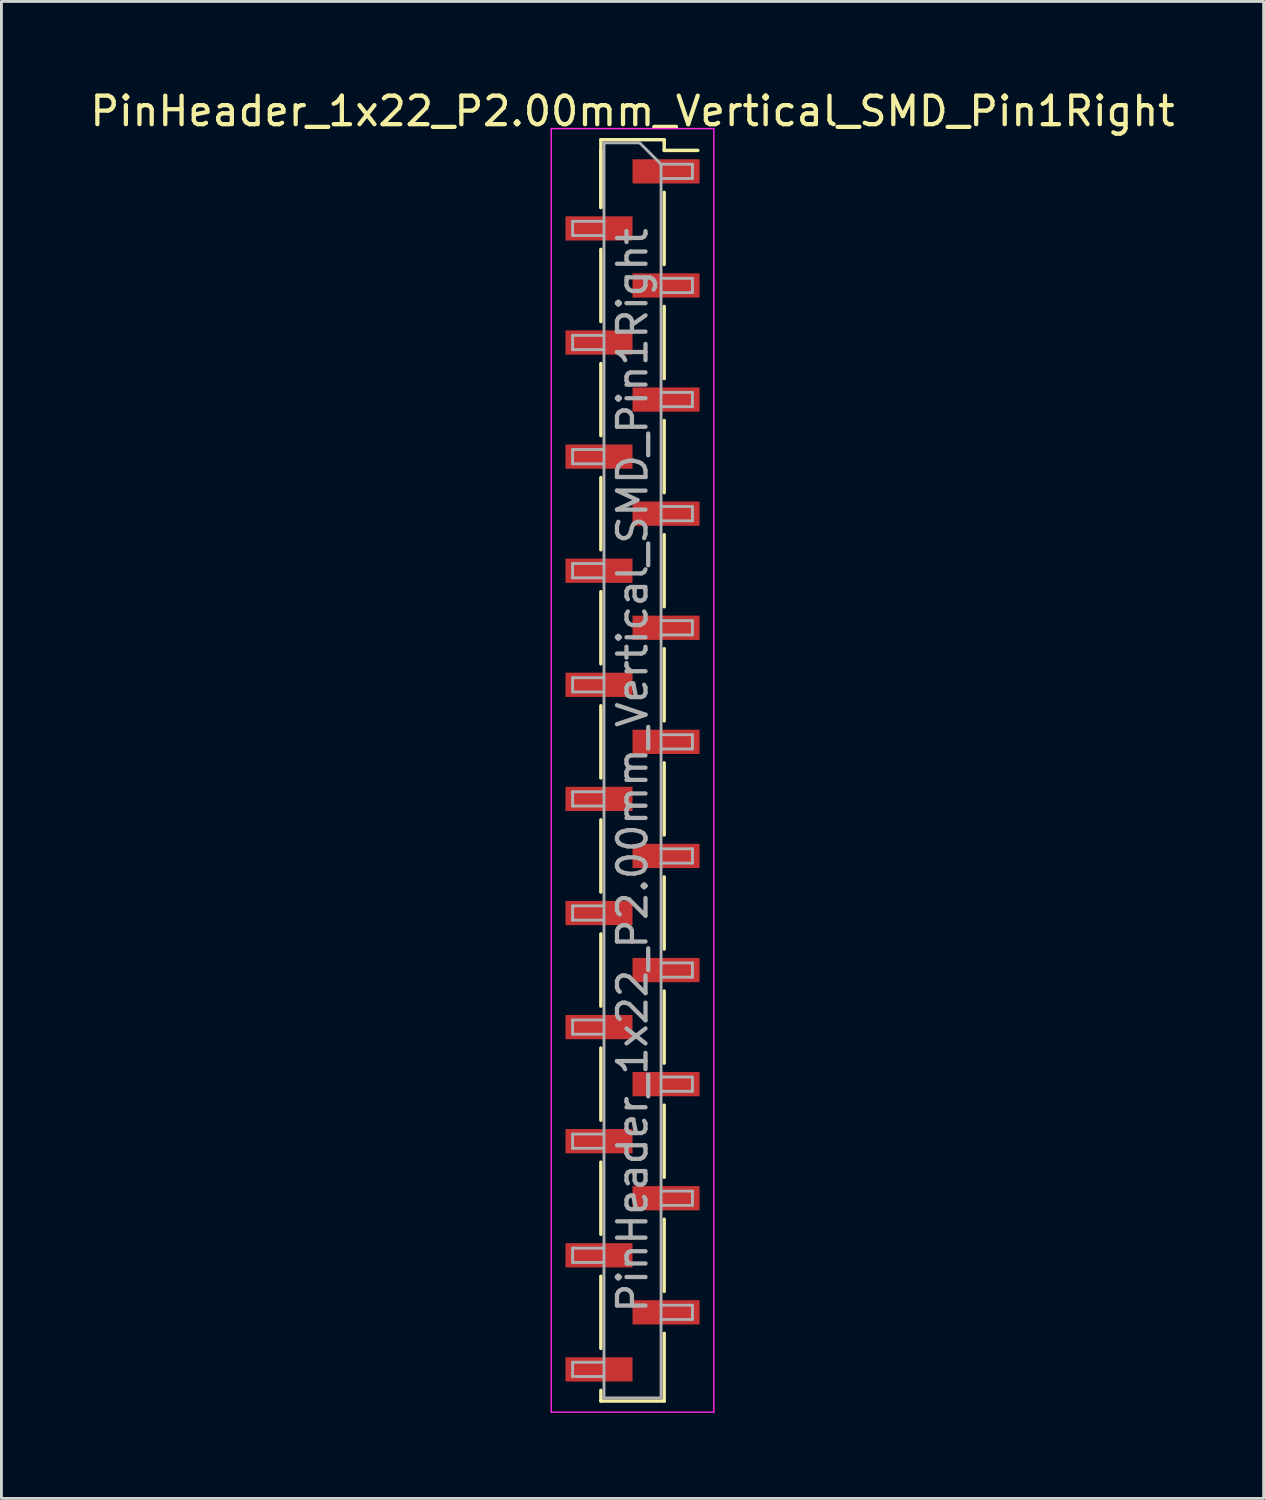
<source format=kicad_pcb>
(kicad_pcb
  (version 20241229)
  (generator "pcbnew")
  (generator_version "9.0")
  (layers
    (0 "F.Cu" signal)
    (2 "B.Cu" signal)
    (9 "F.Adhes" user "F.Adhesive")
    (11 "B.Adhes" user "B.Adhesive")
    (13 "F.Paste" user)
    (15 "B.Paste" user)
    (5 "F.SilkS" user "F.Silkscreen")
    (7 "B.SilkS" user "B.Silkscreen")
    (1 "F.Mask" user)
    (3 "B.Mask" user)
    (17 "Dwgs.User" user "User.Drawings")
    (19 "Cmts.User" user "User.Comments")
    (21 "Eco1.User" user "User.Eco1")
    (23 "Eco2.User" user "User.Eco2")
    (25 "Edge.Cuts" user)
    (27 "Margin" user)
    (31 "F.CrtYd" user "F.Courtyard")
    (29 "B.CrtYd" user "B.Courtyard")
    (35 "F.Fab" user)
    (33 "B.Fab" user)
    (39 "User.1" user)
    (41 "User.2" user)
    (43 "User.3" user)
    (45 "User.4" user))
  (footprint "PinHeader_1x22_P2.00mm_Vertical_SMD_Pin1Right"
    (layer "F.Cu")
    (at 19.125 23.958)
    (property "Reference" "PinHeader_1x22_P2.00mm_Vertical_SMD_Pin1Right" (at 0 -23.11 0) (layer "F.SilkS") (effects (font (size 1 1) (thickness 0.15))))
    (attr smd)
    (fp_line (start -1.11 -22.11) (end -1.11 -19.735) (stroke (width 0.12) (type solid)) (layer "F.SilkS"))
    (fp_line (start -1.11 -22.11) (end 1.11 -22.11) (stroke (width 0.12) (type solid)) (layer "F.SilkS"))
    (fp_line (start -1.11 -21.735) (end -1.11 -19.735) (stroke (width 0.12) (type solid)) (layer "F.SilkS"))
    (fp_line (start -1.11 -18.265) (end -1.11 -15.735) (stroke (width 0.12) (type solid)) (layer "F.SilkS"))
    (fp_line (start -1.11 -14.265) (end -1.11 -11.735) (stroke (width 0.12) (type solid)) (layer "F.SilkS"))
    (fp_line (start -1.11 -10.265) (end -1.11 -7.735) (stroke (width 0.12) (type solid)) (layer "F.SilkS"))
    (fp_line (start -1.11 -6.265) (end -1.11 -3.735) (stroke (width 0.12) (type solid)) (layer "F.SilkS"))
    (fp_line (start -1.11 -2.265) (end -1.11 0.265) (stroke (width 0.12) (type solid)) (layer "F.SilkS"))
    (fp_line (start -1.11 1.735) (end -1.11 4.265) (stroke (width 0.12) (type solid)) (layer "F.SilkS"))
    (fp_line (start -1.11 5.735) (end -1.11 8.265) (stroke (width 0.12) (type solid)) (layer "F.SilkS"))
    (fp_line (start -1.11 9.735) (end -1.11 12.265) (stroke (width 0.12) (type solid)) (layer "F.SilkS"))
    (fp_line (start -1.11 13.735) (end -1.11 16.265) (stroke (width 0.12) (type solid)) (layer "F.SilkS"))
    (fp_line (start -1.11 17.735) (end -1.11 20.265) (stroke (width 0.12) (type solid)) (layer "F.SilkS"))
    (fp_line (start -1.11 21.735) (end -1.11 22.11) (stroke (width 0.12) (type solid)) (layer "F.SilkS"))
    (fp_line (start -1.11 22.11) (end 1.11 22.11) (stroke (width 0.12) (type solid)) (layer "F.SilkS"))
    (fp_line (start 1.11 -22.11) (end 1.11 -21.735) (stroke (width 0.12) (type solid)) (layer "F.SilkS"))
    (fp_line (start 1.11 -21.735) (end 2.29 -21.735) (stroke (width 0.12) (type solid)) (layer "F.SilkS"))
    (fp_line (start 1.11 -20.265) (end 1.11 -17.735) (stroke (width 0.12) (type solid)) (layer "F.SilkS"))
    (fp_line (start 1.11 -16.265) (end 1.11 -13.735) (stroke (width 0.12) (type solid)) (layer "F.SilkS"))
    (fp_line (start 1.11 -12.265) (end 1.11 -9.735) (stroke (width 0.12) (type solid)) (layer "F.SilkS"))
    (fp_line (start 1.11 -8.265) (end 1.11 -5.735) (stroke (width 0.12) (type solid)) (layer "F.SilkS"))
    (fp_line (start 1.11 -4.265) (end 1.11 -1.735) (stroke (width 0.12) (type solid)) (layer "F.SilkS"))
    (fp_line (start 1.11 -0.265) (end 1.11 2.265) (stroke (width 0.12) (type solid)) (layer "F.SilkS"))
    (fp_line (start 1.11 3.735) (end 1.11 6.265) (stroke (width 0.12) (type solid)) (layer "F.SilkS"))
    (fp_line (start 1.11 7.735) (end 1.11 10.265) (stroke (width 0.12) (type solid)) (layer "F.SilkS"))
    (fp_line (start 1.11 11.735) (end 1.11 14.265) (stroke (width 0.12) (type solid)) (layer "F.SilkS"))
    (fp_line (start 1.11 15.735) (end 1.11 18.265) (stroke (width 0.12) (type solid)) (layer "F.SilkS"))
    (fp_line (start 1.11 19.735) (end 1.11 22.11) (stroke (width 0.12) (type solid)) (layer "F.SilkS"))
    (fp_line (start -2.85 -22.5) (end -2.85 22.5) (stroke (width 0.05) (type solid)) (layer "F.CrtYd"))
    (fp_line (start -2.85 22.5) (end 2.85 22.5) (stroke (width 0.05) (type solid)) (layer "F.CrtYd"))
    (fp_line (start 2.85 -22.5) (end -2.85 -22.5) (stroke (width 0.05) (type solid)) (layer "F.CrtYd"))
    (fp_line (start 2.85 22.5) (end 2.85 -22.5) (stroke (width 0.05) (type solid)) (layer "F.CrtYd"))
    (fp_line (start -2.1 -19.25) (end -2.1 -18.75) (stroke (width 0.1) (type solid)) (layer "F.Fab"))
    (fp_line (start -2.1 -18.75) (end -1 -18.75) (stroke (width 0.1) (type solid)) (layer "F.Fab"))
    (fp_line (start -2.1 -15.25) (end -2.1 -14.75) (stroke (width 0.1) (type solid)) (layer "F.Fab"))
    (fp_line (start -2.1 -14.75) (end -1 -14.75) (stroke (width 0.1) (type solid)) (layer "F.Fab"))
    (fp_line (start -2.1 -11.25) (end -2.1 -10.75) (stroke (width 0.1) (type solid)) (layer "F.Fab"))
    (fp_line (start -2.1 -10.75) (end -1 -10.75) (stroke (width 0.1) (type solid)) (layer "F.Fab"))
    (fp_line (start -2.1 -7.25) (end -2.1 -6.75) (stroke (width 0.1) (type solid)) (layer "F.Fab"))
    (fp_line (start -2.1 -6.75) (end -1 -6.75) (stroke (width 0.1) (type solid)) (layer "F.Fab"))
    (fp_line (start -2.1 -3.25) (end -2.1 -2.75) (stroke (width 0.1) (type solid)) (layer "F.Fab"))
    (fp_line (start -2.1 -2.75) (end -1 -2.75) (stroke (width 0.1) (type solid)) (layer "F.Fab"))
    (fp_line (start -2.1 0.75) (end -2.1 1.25) (stroke (width 0.1) (type solid)) (layer "F.Fab"))
    (fp_line (start -2.1 1.25) (end -1 1.25) (stroke (width 0.1) (type solid)) (layer "F.Fab"))
    (fp_line (start -2.1 4.75) (end -2.1 5.25) (stroke (width 0.1) (type solid)) (layer "F.Fab"))
    (fp_line (start -2.1 5.25) (end -1 5.25) (stroke (width 0.1) (type solid)) (layer "F.Fab"))
    (fp_line (start -2.1 8.75) (end -2.1 9.25) (stroke (width 0.1) (type solid)) (layer "F.Fab"))
    (fp_line (start -2.1 9.25) (end -1 9.25) (stroke (width 0.1) (type solid)) (layer "F.Fab"))
    (fp_line (start -2.1 12.75) (end -2.1 13.25) (stroke (width 0.1) (type solid)) (layer "F.Fab"))
    (fp_line (start -2.1 13.25) (end -1 13.25) (stroke (width 0.1) (type solid)) (layer "F.Fab"))
    (fp_line (start -2.1 16.75) (end -2.1 17.25) (stroke (width 0.1) (type solid)) (layer "F.Fab"))
    (fp_line (start -2.1 17.25) (end -1 17.25) (stroke (width 0.1) (type solid)) (layer "F.Fab"))
    (fp_line (start -2.1 20.75) (end -2.1 21.25) (stroke (width 0.1) (type solid)) (layer "F.Fab"))
    (fp_line (start -2.1 21.25) (end -1 21.25) (stroke (width 0.1) (type solid)) (layer "F.Fab"))
    (fp_line (start -1 -22) (end -1 22) (stroke (width 0.1) (type solid)) (layer "F.Fab"))
    (fp_line (start -1 -22) (end 0.25 -22) (stroke (width 0.1) (type solid)) (layer "F.Fab"))
    (fp_line (start -1 -19.25) (end -2.1 -19.25) (stroke (width 0.1) (type solid)) (layer "F.Fab"))
    (fp_line (start -1 -15.25) (end -2.1 -15.25) (stroke (width 0.1) (type solid)) (layer "F.Fab"))
    (fp_line (start -1 -11.25) (end -2.1 -11.25) (stroke (width 0.1) (type solid)) (layer "F.Fab"))
    (fp_line (start -1 -7.25) (end -2.1 -7.25) (stroke (width 0.1) (type solid)) (layer "F.Fab"))
    (fp_line (start -1 -3.25) (end -2.1 -3.25) (stroke (width 0.1) (type solid)) (layer "F.Fab"))
    (fp_line (start -1 0.75) (end -2.1 0.75) (stroke (width 0.1) (type solid)) (layer "F.Fab"))
    (fp_line (start -1 4.75) (end -2.1 4.75) (stroke (width 0.1) (type solid)) (layer "F.Fab"))
    (fp_line (start -1 8.75) (end -2.1 8.75) (stroke (width 0.1) (type solid)) (layer "F.Fab"))
    (fp_line (start -1 12.75) (end -2.1 12.75) (stroke (width 0.1) (type solid)) (layer "F.Fab"))
    (fp_line (start -1 16.75) (end -2.1 16.75) (stroke (width 0.1) (type solid)) (layer "F.Fab"))
    (fp_line (start -1 20.75) (end -2.1 20.75) (stroke (width 0.1) (type solid)) (layer "F.Fab"))
    (fp_line (start 1 -21.25) (end 0.25 -22) (stroke (width 0.1) (type solid)) (layer "F.Fab"))
    (fp_line (start 1 -21.25) (end 2.1 -21.25) (stroke (width 0.1) (type solid)) (layer "F.Fab"))
    (fp_line (start 1 -17.25) (end 2.1 -17.25) (stroke (width 0.1) (type solid)) (layer "F.Fab"))
    (fp_line (start 1 -13.25) (end 2.1 -13.25) (stroke (width 0.1) (type solid)) (layer "F.Fab"))
    (fp_line (start 1 -9.25) (end 2.1 -9.25) (stroke (width 0.1) (type solid)) (layer "F.Fab"))
    (fp_line (start 1 -5.25) (end 2.1 -5.25) (stroke (width 0.1) (type solid)) (layer "F.Fab"))
    (fp_line (start 1 -1.25) (end 2.1 -1.25) (stroke (width 0.1) (type solid)) (layer "F.Fab"))
    (fp_line (start 1 2.75) (end 2.1 2.75) (stroke (width 0.1) (type solid)) (layer "F.Fab"))
    (fp_line (start 1 6.75) (end 2.1 6.75) (stroke (width 0.1) (type solid)) (layer "F.Fab"))
    (fp_line (start 1 10.75) (end 2.1 10.75) (stroke (width 0.1) (type solid)) (layer "F.Fab"))
    (fp_line (start 1 14.75) (end 2.1 14.75) (stroke (width 0.1) (type solid)) (layer "F.Fab"))
    (fp_line (start 1 18.75) (end 2.1 18.75) (stroke (width 0.1) (type solid)) (layer "F.Fab"))
    (fp_line (start 1 22) (end -1 22) (stroke (width 0.1) (type solid)) (layer "F.Fab"))
    (fp_line (start 1 22) (end 1 -21.25) (stroke (width 0.1) (type solid)) (layer "F.Fab"))
    (fp_line (start 2.1 -21.25) (end 2.1 -20.75) (stroke (width 0.1) (type solid)) (layer "F.Fab"))
    (fp_line (start 2.1 -20.75) (end 1 -20.75) (stroke (width 0.1) (type solid)) (layer "F.Fab"))
    (fp_line (start 2.1 -17.25) (end 2.1 -16.75) (stroke (width 0.1) (type solid)) (layer "F.Fab"))
    (fp_line (start 2.1 -16.75) (end 1 -16.75) (stroke (width 0.1) (type solid)) (layer "F.Fab"))
    (fp_line (start 2.1 -13.25) (end 2.1 -12.75) (stroke (width 0.1) (type solid)) (layer "F.Fab"))
    (fp_line (start 2.1 -12.75) (end 1 -12.75) (stroke (width 0.1) (type solid)) (layer "F.Fab"))
    (fp_line (start 2.1 -9.25) (end 2.1 -8.75) (stroke (width 0.1) (type solid)) (layer "F.Fab"))
    (fp_line (start 2.1 -8.75) (end 1 -8.75) (stroke (width 0.1) (type solid)) (layer "F.Fab"))
    (fp_line (start 2.1 -5.25) (end 2.1 -4.75) (stroke (width 0.1) (type solid)) (layer "F.Fab"))
    (fp_line (start 2.1 -4.75) (end 1 -4.75) (stroke (width 0.1) (type solid)) (layer "F.Fab"))
    (fp_line (start 2.1 -1.25) (end 2.1 -0.75) (stroke (width 0.1) (type solid)) (layer "F.Fab"))
    (fp_line (start 2.1 -0.75) (end 1 -0.75) (stroke (width 0.1) (type solid)) (layer "F.Fab"))
    (fp_line (start 2.1 2.75) (end 2.1 3.25) (stroke (width 0.1) (type solid)) (layer "F.Fab"))
    (fp_line (start 2.1 3.25) (end 1 3.25) (stroke (width 0.1) (type solid)) (layer "F.Fab"))
    (fp_line (start 2.1 6.75) (end 2.1 7.25) (stroke (width 0.1) (type solid)) (layer "F.Fab"))
    (fp_line (start 2.1 7.25) (end 1 7.25) (stroke (width 0.1) (type solid)) (layer "F.Fab"))
    (fp_line (start 2.1 10.75) (end 2.1 11.25) (stroke (width 0.1) (type solid)) (layer "F.Fab"))
    (fp_line (start 2.1 11.25) (end 1 11.25) (stroke (width 0.1) (type solid)) (layer "F.Fab"))
    (fp_line (start 2.1 14.75) (end 2.1 15.25) (stroke (width 0.1) (type solid)) (layer "F.Fab"))
    (fp_line (start 2.1 15.25) (end 1 15.25) (stroke (width 0.1) (type solid)) (layer "F.Fab"))
    (fp_line (start 2.1 18.75) (end 2.1 19.25) (stroke (width 0.1) (type solid)) (layer "F.Fab"))
    (fp_line (start 2.1 19.25) (end 1 19.25) (stroke (width 0.1) (type solid)) (layer "F.Fab"))
    (fp_text user "${REFERENCE}" (at 0 0 90) (layer "F.Fab") (effects (font (size 1 1) (thickness 0.15))))
    (pad "1" smd rect (at 1.175 -21) (size 2.35 0.85) (layers "F.Cu" "F.Mask" "F.Paste"))
    (pad "2" smd rect (at -1.175 -19) (size 2.35 0.85) (layers "F.Cu" "F.Mask" "F.Paste"))
    (pad "3" smd rect (at 1.175 -17) (size 2.35 0.85) (layers "F.Cu" "F.Mask" "F.Paste"))
    (pad "4" smd rect (at -1.175 -15) (size 2.35 0.85) (layers "F.Cu" "F.Mask" "F.Paste"))
    (pad "5" smd rect (at 1.175 -13) (size 2.35 0.85) (layers "F.Cu" "F.Mask" "F.Paste"))
    (pad "6" smd rect (at -1.175 -11) (size 2.35 0.85) (layers "F.Cu" "F.Mask" "F.Paste"))
    (pad "7" smd rect (at 1.175 -9) (size 2.35 0.85) (layers "F.Cu" "F.Mask" "F.Paste"))
    (pad "8" smd rect (at -1.175 -7) (size 2.35 0.85) (layers "F.Cu" "F.Mask" "F.Paste"))
    (pad "9" smd rect (at 1.175 -5) (size 2.35 0.85) (layers "F.Cu" "F.Mask" "F.Paste"))
    (pad "10" smd rect (at -1.175 -3) (size 2.35 0.85) (layers "F.Cu" "F.Mask" "F.Paste"))
    (pad "11" smd rect (at 1.175 -1) (size 2.35 0.85) (layers "F.Cu" "F.Mask" "F.Paste"))
    (pad "12" smd rect (at -1.175 1) (size 2.35 0.85) (layers "F.Cu" "F.Mask" "F.Paste"))
    (pad "13" smd rect (at 1.175 3) (size 2.35 0.85) (layers "F.Cu" "F.Mask" "F.Paste"))
    (pad "14" smd rect (at -1.175 5) (size 2.35 0.85) (layers "F.Cu" "F.Mask" "F.Paste"))
    (pad "15" smd rect (at 1.175 7) (size 2.35 0.85) (layers "F.Cu" "F.Mask" "F.Paste"))
    (pad "16" smd rect (at -1.175 9) (size 2.35 0.85) (layers "F.Cu" "F.Mask" "F.Paste"))
    (pad "17" smd rect (at 1.175 11) (size 2.35 0.85) (layers "F.Cu" "F.Mask" "F.Paste"))
    (pad "18" smd rect (at -1.175 13) (size 2.35 0.85) (layers "F.Cu" "F.Mask" "F.Paste"))
    (pad "19" smd rect (at 1.175 15) (size 2.35 0.85) (layers "F.Cu" "F.Mask" "F.Paste"))
    (pad "20" smd rect (at -1.175 17) (size 2.35 0.85) (layers "F.Cu" "F.Mask" "F.Paste"))
    (pad "21" smd rect (at 1.175 19) (size 2.35 0.85) (layers "F.Cu" "F.Mask" "F.Paste"))
    (pad "22" smd rect (at -1.175 21) (size 2.35 0.85) (layers "F.Cu" "F.Mask" "F.Paste")))
  (gr_rect
    (start -3 -3)
    (end 41.25 49.483)
    (stroke (width 0.1) (type default))
    (fill no)
    (layer "Edge.Cuts")))
</source>
